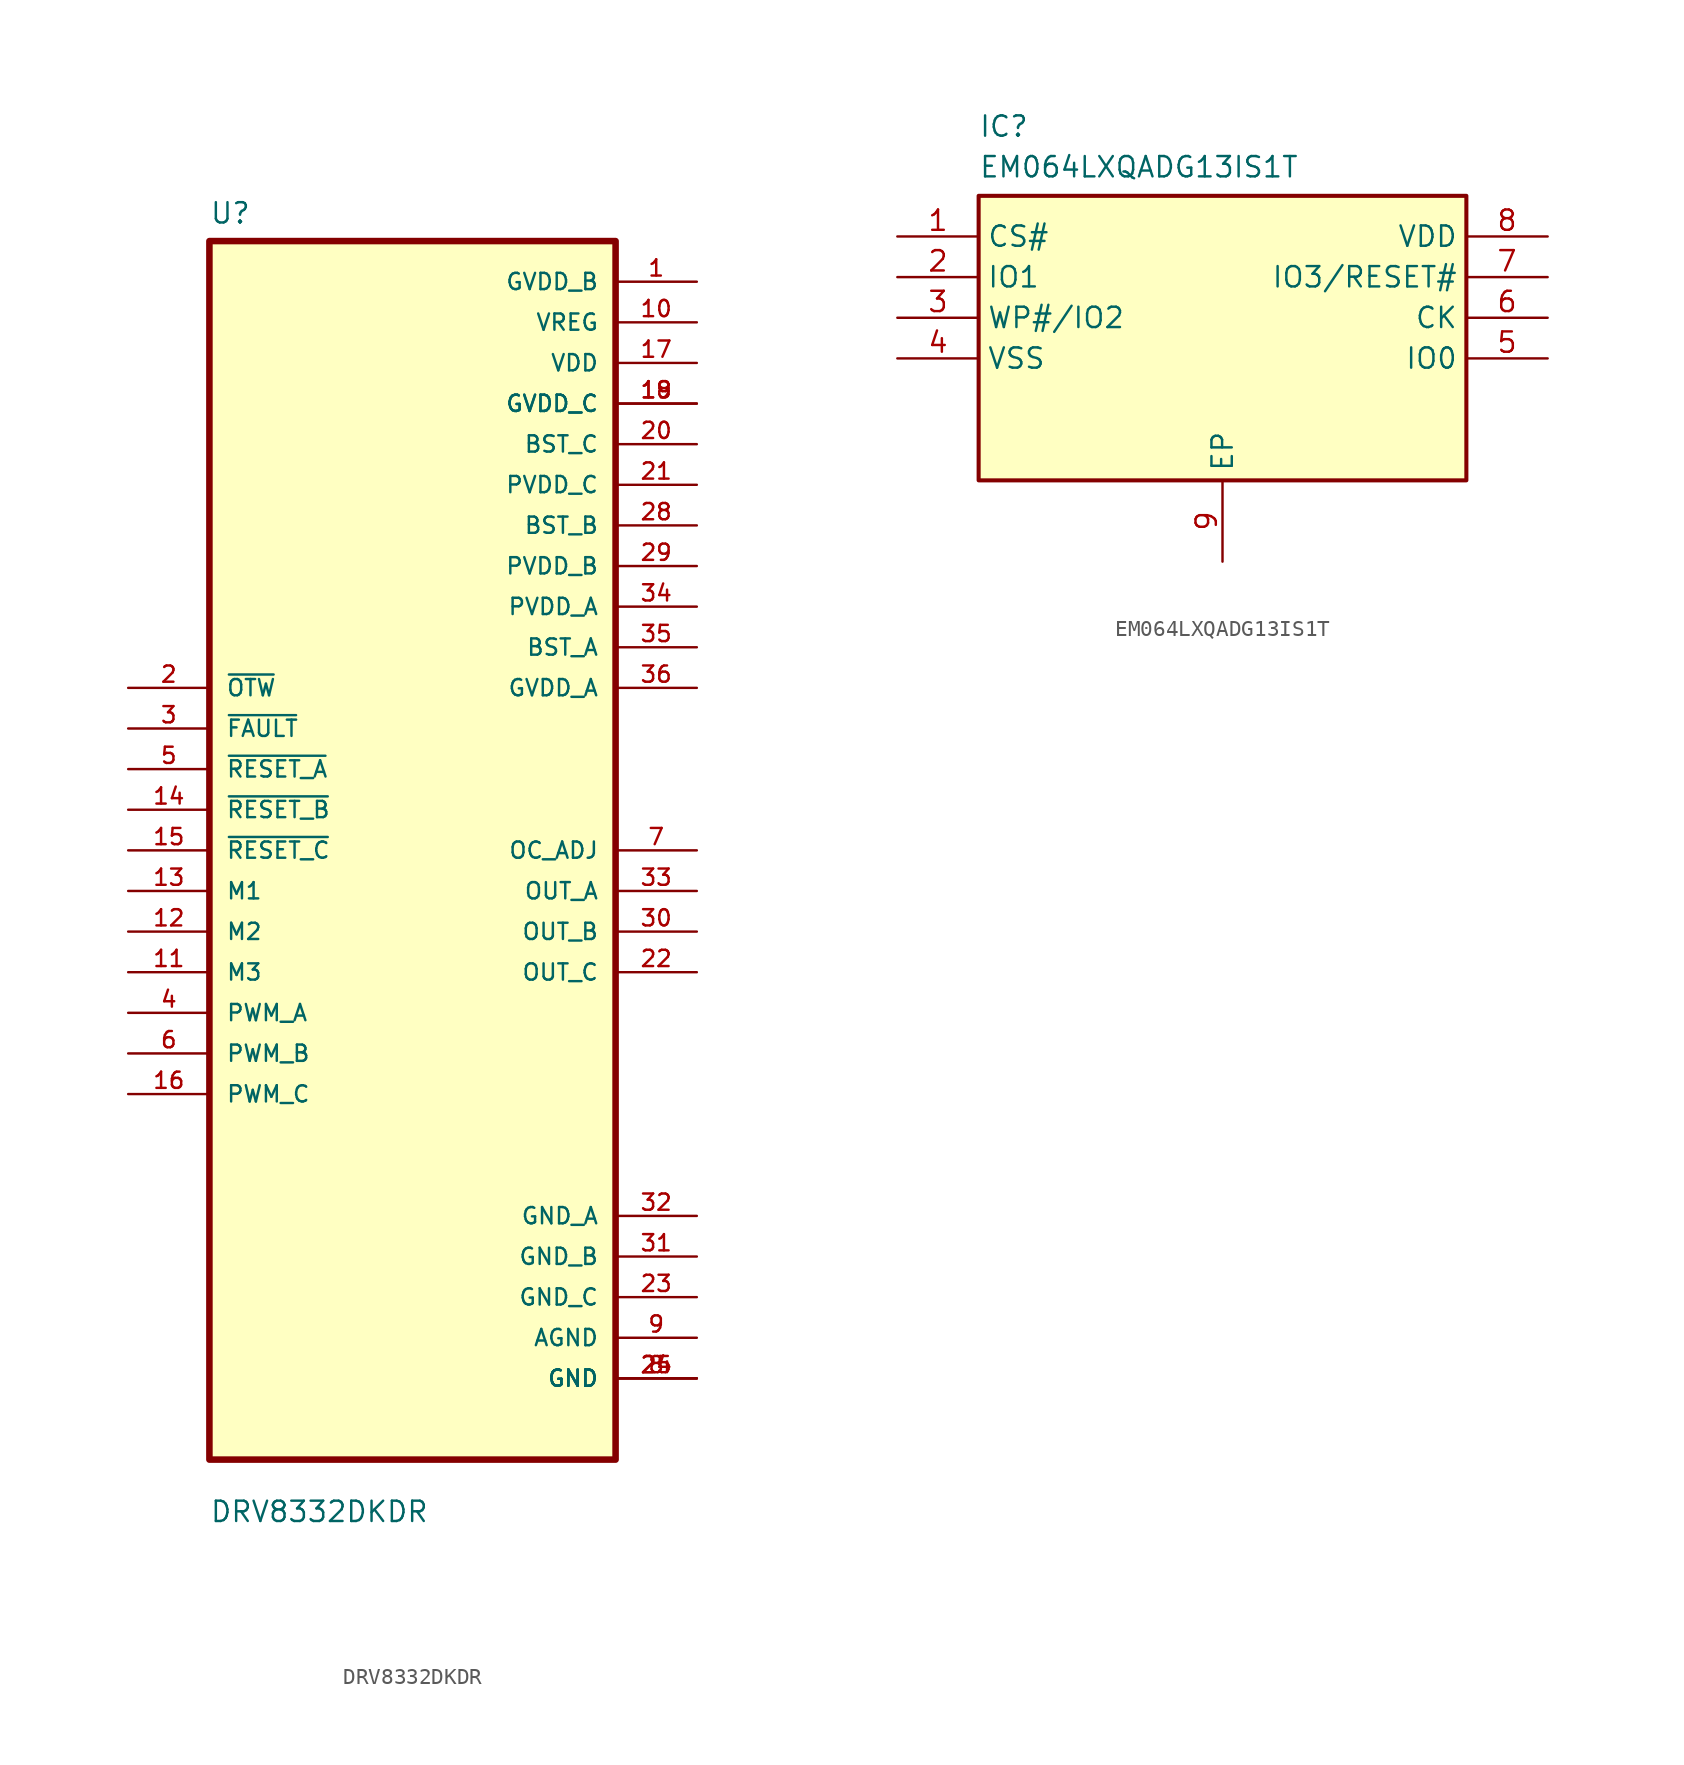
<source format=kicad_sym>
(kicad_symbol_lib
  (version 20231120)
  (generator "kicad_symbol_editor")
  (generator_version "8.0")
  (symbol "DRV8332DKDR"
    (pin_names
      (offset 1.016))
    (property "Reference" "U"
      (at -12.7 39.1 0)
      (effects (font (size 1.27 1.27)) (justify left bottom)))
    (property "Value" "DRV8332DKDR"
      (at -12.7 -42.1 0)
      (effects (font (size 1.27 1.27)) (justify left bottom)))
    (symbol "DRV8332DKDR_0_0"
      (rectangle (start -12.7 -38.1) (end 12.7 38.1) (stroke (width 0.41) (type default)) (fill (type background)))
      (pin power_in line (at 17.78 35.56 180) (length 5.08) (name "GVDD_B" (effects (font (size 1.016 1.016)))) (number "1" (effects (font (size 1.016 1.016)))))
      (pin power_in line (at 17.78 33.02 180) (length 5.08) (name "VREG" (effects (font (size 1.016 1.016)))) (number "10" (effects (font (size 1.016 1.016)))))
      (pin input line (at -17.78 -7.62 0) (length 5.08) (name "M3" (effects (font (size 1.016 1.016)))) (number "11" (effects (font (size 1.016 1.016)))))
      (pin input line (at -17.78 -5.08 0) (length 5.08) (name "M2" (effects (font (size 1.016 1.016)))) (number "12" (effects (font (size 1.016 1.016)))))
      (pin input line (at -17.78 -2.54 0) (length 5.08) (name "M1" (effects (font (size 1.016 1.016)))) (number "13" (effects (font (size 1.016 1.016)))))
      (pin input line (at -17.78 2.54 0) (length 5.08) (name "~{RESET_B}" (effects (font (size 1.016 1.016)))) (number "14" (effects (font (size 1.016 1.016)))))
      (pin input line (at -17.78 0 0) (length 5.08) (name "~{RESET_C}" (effects (font (size 1.016 1.016)))) (number "15" (effects (font (size 1.016 1.016)))))
      (pin input line (at -17.78 -15.24 0) (length 5.08) (name "PWM_C" (effects (font (size 1.016 1.016)))) (number "16" (effects (font (size 1.016 1.016)))))
      (pin power_in line (at 17.78 30.48 180) (length 5.08) (name "VDD" (effects (font (size 1.016 1.016)))) (number "17" (effects (font (size 1.016 1.016)))))
      (pin power_in line (at 17.78 27.94 180) (length 5.08) (name "GVDD_C" (effects (font (size 1.016 1.016)))) (number "18" (effects (font (size 1.016 1.016)))))
      (pin power_in line (at 17.78 27.94 180) (length 5.08) (name "GVDD_C" (effects (font (size 1.016 1.016)))) (number "19" (effects (font (size 1.016 1.016)))))
      (pin output line (at -17.78 10.16 0) (length 5.08) (name "~{OTW}" (effects (font (size 1.016 1.016)))) (number "2" (effects (font (size 1.016 1.016)))))
      (pin power_in line (at 17.78 25.4 180) (length 5.08) (name "BST_C" (effects (font (size 1.016 1.016)))) (number "20" (effects (font (size 1.016 1.016)))))
      (pin power_in line (at 17.78 22.86 180) (length 5.08) (name "PVDD_C" (effects (font (size 1.016 1.016)))) (number "21" (effects (font (size 1.016 1.016)))))
      (pin output line (at 17.78 -7.62 180) (length 5.08) (name "OUT_C" (effects (font (size 1.016 1.016)))) (number "22" (effects (font (size 1.016 1.016)))))
      (pin power_in line (at 17.78 -27.94 180) (length 5.08) (name "GND_C" (effects (font (size 1.016 1.016)))) (number "23" (effects (font (size 1.016 1.016)))))
      (pin power_in line (at 17.78 -33.02 180) (length 5.08) (name "GND" (effects (font (size 1.016 1.016)))) (number "24" (effects (font (size 1.016 1.016)))))
      (pin power_in line (at 17.78 -33.02 180) (length 5.08) (name "GND" (effects (font (size 1.016 1.016)))) (number "25" (effects (font (size 1.016 1.016)))))
      (pin power_in line (at 17.78 20.32 180) (length 5.08) (name "BST_B" (effects (font (size 1.016 1.016)))) (number "28" (effects (font (size 1.016 1.016)))))
      (pin power_in line (at 17.78 17.78 180) (length 5.08) (name "PVDD_B" (effects (font (size 1.016 1.016)))) (number "29" (effects (font (size 1.016 1.016)))))
      (pin output line (at -17.78 7.62 0) (length 5.08) (name "~{FAULT}" (effects (font (size 1.016 1.016)))) (number "3" (effects (font (size 1.016 1.016)))))
      (pin output line (at 17.78 -5.08 180) (length 5.08) (name "OUT_B" (effects (font (size 1.016 1.016)))) (number "30" (effects (font (size 1.016 1.016)))))
      (pin power_in line (at 17.78 -25.4 180) (length 5.08) (name "GND_B" (effects (font (size 1.016 1.016)))) (number "31" (effects (font (size 1.016 1.016)))))
      (pin power_in line (at 17.78 -22.86 180) (length 5.08) (name "GND_A" (effects (font (size 1.016 1.016)))) (number "32" (effects (font (size 1.016 1.016)))))
      (pin output line (at 17.78 -2.54 180) (length 5.08) (name "OUT_A" (effects (font (size 1.016 1.016)))) (number "33" (effects (font (size 1.016 1.016)))))
      (pin power_in line (at 17.78 15.24 180) (length 5.08) (name "PVDD_A" (effects (font (size 1.016 1.016)))) (number "34" (effects (font (size 1.016 1.016)))))
      (pin power_in line (at 17.78 12.7 180) (length 5.08) (name "BST_A" (effects (font (size 1.016 1.016)))) (number "35" (effects (font (size 1.016 1.016)))))
      (pin power_in line (at 17.78 10.16 180) (length 5.08) (name "GVDD_A" (effects (font (size 1.016 1.016)))) (number "36" (effects (font (size 1.016 1.016)))))
      (pin input line (at -17.78 -10.16 0) (length 5.08) (name "PWM_A" (effects (font (size 1.016 1.016)))) (number "4" (effects (font (size 1.016 1.016)))))
      (pin input line (at -17.78 5.08 0) (length 5.08) (name "~{RESET_A}" (effects (font (size 1.016 1.016)))) (number "5" (effects (font (size 1.016 1.016)))))
      (pin input line (at -17.78 -12.7 0) (length 5.08) (name "PWM_B" (effects (font (size 1.016 1.016)))) (number "6" (effects (font (size 1.016 1.016)))))
      (pin output line (at 17.78 0 180) (length 5.08) (name "OC_ADJ" (effects (font (size 1.016 1.016)))) (number "7" (effects (font (size 1.016 1.016)))))
      (pin power_in line (at 17.78 -33.02 180) (length 5.08) (name "GND" (effects (font (size 1.016 1.016)))) (number "8" (effects (font (size 1.016 1.016)))))
      (pin power_in line (at 17.78 -30.48 180) (length 5.08) (name "AGND" (effects (font (size 1.016 1.016)))) (number "9" (effects (font (size 1.016 1.016)))))))
  (symbol "EM064LXQADG13IS1T"
    (property "Reference" "IC"
      (at 5.08 7.62 0)
      (effects (font (size 1.27 1.27)) (justify left top)))
    (property "Value" "EM064LXQADG13IS1T"
      (at 5.08 5.08 0)
      (effects (font (size 1.27 1.27)) (justify left top)))
    (symbol "EM064LXQADG13IS1T_1_1"
      (rectangle (start 5.08 2.54) (end 35.56 -15.24) (stroke (width 0.254) (type default)) (fill (type background)))
      (pin passive line (at 0 0 0) (length 5.08) (name "CS#" (effects (font (size 1.27 1.27)))) (number "1" (effects (font (size 1.27 1.27)))))
      (pin passive line (at 0 -2.54 0) (length 5.08) (name "IO1" (effects (font (size 1.27 1.27)))) (number "2" (effects (font (size 1.27 1.27)))))
      (pin passive line (at 0 -5.08 0) (length 5.08) (name "WP#/IO2" (effects (font (size 1.27 1.27)))) (number "3" (effects (font (size 1.27 1.27)))))
      (pin passive line (at 0 -7.62 0) (length 5.08) (name "VSS" (effects (font (size 1.27 1.27)))) (number "4" (effects (font (size 1.27 1.27)))))
      (pin passive line (at 40.64 -7.62 180) (length 5.08) (name "IO0" (effects (font (size 1.27 1.27)))) (number "5" (effects (font (size 1.27 1.27)))))
      (pin passive line (at 40.64 -5.08 180) (length 5.08) (name "CK" (effects (font (size 1.27 1.27)))) (number "6" (effects (font (size 1.27 1.27)))))
      (pin passive line (at 40.64 -2.54 180) (length 5.08) (name "IO3/RESET#" (effects (font (size 1.27 1.27)))) (number "7" (effects (font (size 1.27 1.27)))))
      (pin passive line (at 40.64 0 180) (length 5.08) (name "VDD" (effects (font (size 1.27 1.27)))) (number "8" (effects (font (size 1.27 1.27)))))
      (pin passive line (at 20.32 -20.32 90) (length 5.08) (name "EP" (effects (font (size 1.27 1.27)))) (number "9" (effects (font (size 1.27 1.27))))))))
</source>
